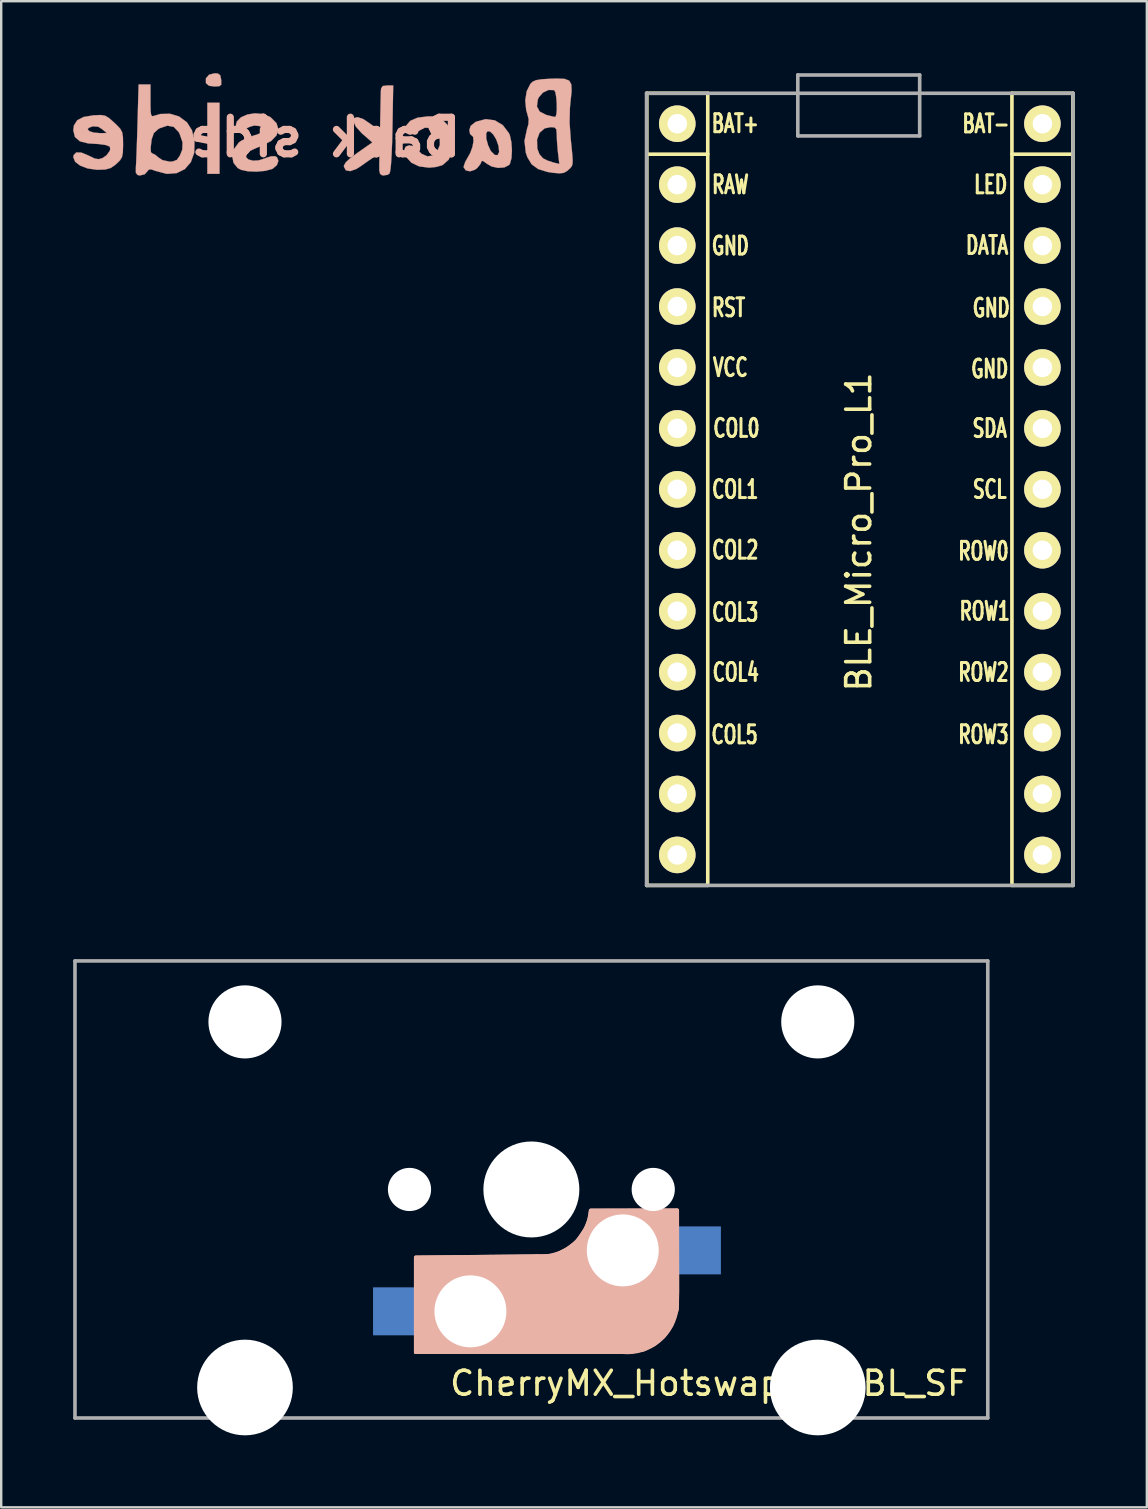
<source format=kicad_pcb>
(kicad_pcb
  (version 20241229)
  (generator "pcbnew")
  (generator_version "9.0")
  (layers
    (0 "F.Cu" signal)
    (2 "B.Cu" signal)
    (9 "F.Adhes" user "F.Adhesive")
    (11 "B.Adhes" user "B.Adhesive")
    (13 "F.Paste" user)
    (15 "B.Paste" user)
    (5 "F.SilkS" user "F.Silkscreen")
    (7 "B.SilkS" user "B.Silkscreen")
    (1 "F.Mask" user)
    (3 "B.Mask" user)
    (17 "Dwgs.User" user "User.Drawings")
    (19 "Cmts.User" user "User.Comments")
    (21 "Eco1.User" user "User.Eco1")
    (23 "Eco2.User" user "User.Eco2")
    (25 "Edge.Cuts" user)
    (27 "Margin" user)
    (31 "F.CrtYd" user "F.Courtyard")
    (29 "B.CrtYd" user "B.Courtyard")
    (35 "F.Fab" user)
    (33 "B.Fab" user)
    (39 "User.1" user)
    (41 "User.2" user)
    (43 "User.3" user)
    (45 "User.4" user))
  (footprint "BLE_Micro_Pro_L1"
    (layer "F.Cu")
    (at 32.746 19.125)
    (property "Reference" "BLE_Micro_Pro_L1" (at 0 0 270) (layer "F.SilkS") (effects (font (size 1 1) (thickness 0.15))))
    (attr through_hole)
    (fp_line (start -8.834 -18.288) (end -6.294 -18.288) (stroke (width 0.15) (type solid)) (layer "F.SilkS"))
    (fp_line (start -8.834 -15.748) (end -6.294 -15.748) (stroke (width 0.15) (type solid)) (layer "F.SilkS"))
    (fp_line (start -8.834 14.732) (end -8.834 -18.288) (stroke (width 0.15) (type solid)) (layer "F.SilkS"))
    (fp_line (start -6.294 -18.288) (end -6.294 14.732) (stroke (width 0.15) (type solid)) (layer "F.SilkS"))
    (fp_line (start -6.294 14.732) (end -8.834 14.732) (stroke (width 0.15) (type solid)) (layer "F.SilkS"))
    (fp_line (start 6.386 -18.288) (end 8.926 -18.288) (stroke (width 0.15) (type solid)) (layer "F.SilkS"))
    (fp_line (start 6.386 -15.748) (end 8.926 -15.748) (stroke (width 0.15) (type solid)) (layer "F.SilkS"))
    (fp_line (start 6.386 14.732) (end 6.386 -18.288) (stroke (width 0.15) (type solid)) (layer "F.SilkS"))
    (fp_line (start 8.926 -18.288) (end 8.926 14.732) (stroke (width 0.15) (type solid)) (layer "F.SilkS"))
    (fp_line (start 8.926 14.732) (end 6.386 14.732) (stroke (width 0.15) (type solid)) (layer "F.SilkS"))
    (fp_line (start -8.845 -18.288) (end 8.935 -18.288) (stroke (width 0.15) (type solid)) (layer "F.Fab"))
    (fp_line (start -8.845 14.732) (end -8.845 -18.288) (stroke (width 0.15) (type solid)) (layer "F.Fab"))
    (fp_line (start -2.54 -19.05) (end -2.54 -16.51) (stroke (width 0.15) (type solid)) (layer "F.Fab"))
    (fp_line (start -2.54 -16.51) (end 2.54 -16.51) (stroke (width 0.15) (type solid)) (layer "F.Fab"))
    (fp_line (start 2.54 -19.05) (end -2.54 -19.05) (stroke (width 0.15) (type solid)) (layer "F.Fab"))
    (fp_line (start 2.54 -16.51) (end 2.54 -19.05) (stroke (width 0.15) (type solid)) (layer "F.Fab"))
    (fp_line (start 8.935 -18.288) (end 8.935 14.732) (stroke (width 0.15) (type solid)) (layer "F.Fab"))
    (fp_line (start 8.935 14.732) (end -8.845 14.732) (stroke (width 0.15) (type solid)) (layer "F.Fab"))
    (fp_text user "SDA" (at 5.461 -4.318 0) (layer "F.SilkS") (effects (font (size 0.75 0.5) (thickness 0.125))))
    (fp_text user "COL2" (at -5.15 0.75 0) (layer "F.SilkS") (effects (font (size 0.75 0.5) (thickness 0.125))))
    (fp_text user "RST" (at -5.425 -9.35 0) (layer "F.SilkS") (effects (font (size 0.75 0.5) (thickness 0.125))))
    (fp_text user "GND" (at 5.524 -9.335 0) (layer "F.SilkS") (effects (font (size 0.75 0.5) (thickness 0.125))))
    (fp_text user "COL0" (at -5.1 -4.325 0) (layer "F.SilkS") (effects (font (size 0.75 0.5) (thickness 0.125))))
    (fp_text user "ROW1" (at 5.25 3.302 0) (layer "F.SilkS") (effects (font (size 0.75 0.5) (thickness 0.125))))
    (fp_text user "LED" (at 5.5 -14.478 0) (layer "F.SilkS") (effects (font (size 0.75 0.5) (thickness 0.125))))
    (fp_text user "" (at -0.5 -17.25 0) (layer "F.SilkS") (effects (font (size 1 1) (thickness 0.15))))
    (fp_text user "COL4" (at -5.125 5.85 0) (layer "F.SilkS") (effects (font (size 0.75 0.5) (thickness 0.125))))
    (fp_text user "SCL" (at 5.461 -1.778 0) (layer "F.SilkS") (effects (font (size 0.75 0.5) (thickness 0.125))))
    (fp_text user "ROW0" (at 5.2 0.8 0) (layer "F.SilkS") (effects (font (size 0.75 0.5) (thickness 0.125))))
    (fp_text user "DATA" (at 5.35 -11.95 0) (layer "F.SilkS") (effects (font (size 0.75 0.5) (thickness 0.125))))
    (fp_text user "GND" (at -5.35 -11.925 0) (layer "F.SilkS") (effects (font (size 0.75 0.5) (thickness 0.125))))
    (fp_text user "COL3" (at -5.15 3.35 0) (layer "F.SilkS") (effects (font (size 0.75 0.5) (thickness 0.125))))
    (fp_text user "COL1" (at -5.15 -1.775 0) (layer "F.SilkS") (effects (font (size 0.75 0.5) (thickness 0.125))))
    (fp_text user "ROW2" (at 5.2 5.85 0) (layer "F.SilkS") (effects (font (size 0.75 0.5) (thickness 0.125))))
    (fp_text user "ROW3" (at 5.2 8.445 0) (layer "F.SilkS") (effects (font (size 0.75 0.5) (thickness 0.125))))
    (fp_text user "RAW" (at -5.35 -14.478 0) (layer "F.SilkS") (effects (font (size 0.75 0.5) (thickness 0.125))))
    (fp_text user "BAT+" (at -5.15 -17.025 0) (layer "F.SilkS") (effects (font (size 0.75 0.5) (thickness 0.125))))
    (fp_text user "GND" (at 5.461 -6.795 0) (layer "F.SilkS") (effects (font (size 0.75 0.5) (thickness 0.125))))
    (fp_text user "VCC" (at -5.35 -6.858 0) (layer "F.SilkS") (effects (font (size 0.75 0.5) (thickness 0.125))))
    (fp_text user "BAT-" (at 5.3 -17.018 0) (layer "F.SilkS") (effects (font (size 0.75 0.5) (thickness 0.125))))
    (fp_text user "COL5" (at -5.175 8.45 0) (layer "F.SilkS") (effects (font (size 0.75 0.5) (thickness 0.125))))
    (fp_text user "" (at -1.206 -16.256 0) (layer "B.SilkS") (effects (font (size 1 1) (thickness 0.15)) (justify mirror)))
    (pad "1" thru_hole circle (at 7.656 -14.478) (size 1.524 1.524) (drill 0.813) (layers "*.Cu" "*.Mask" "F.SilkS"))
    (pad "2" thru_hole circle (at 7.656 -11.938) (size 1.524 1.524) (drill 0.813) (layers "*.Cu" "*.Mask" "F.SilkS"))
    (pad "3" thru_hole circle (at 7.656 -9.398) (size 1.524 1.524) (drill 0.813) (layers "*.Cu" "*.Mask" "F.SilkS"))
    (pad "4" thru_hole circle (at 7.656 -6.858) (size 1.524 1.524) (drill 0.813) (layers "*.Cu" "*.Mask" "F.SilkS"))
    (pad "5" thru_hole circle (at 7.656 -4.318) (size 1.524 1.524) (drill 0.813) (layers "*.Cu" "*.Mask" "F.SilkS"))
    (pad "6" thru_hole circle (at 7.656 -1.778) (size 1.524 1.524) (drill 0.813) (layers "*.Cu" "*.Mask" "F.SilkS"))
    (pad "7" thru_hole circle (at 7.656 0.762) (size 1.524 1.524) (drill 0.813) (layers "*.Cu" "*.Mask" "F.SilkS"))
    (pad "8" thru_hole circle (at 7.656 3.302) (size 1.524 1.524) (drill 0.813) (layers "*.Cu" "*.Mask" "F.SilkS"))
    (pad "9" thru_hole circle (at 7.656 5.842) (size 1.524 1.524) (drill 0.813) (layers "*.Cu" "*.Mask" "F.SilkS"))
    (pad "10" thru_hole circle (at 7.656 8.382) (size 1.524 1.524) (drill 0.813) (layers "*.Cu" "*.Mask" "F.SilkS"))
    (pad "11" thru_hole circle (at 7.656 10.922) (size 1.524 1.524) (drill 0.813) (layers "*.Cu" "*.Mask" "F.SilkS"))
    (pad "12" thru_hole circle (at 7.656 13.462) (size 1.524 1.524) (drill 0.813) (layers "*.Cu" "*.Mask" "F.SilkS"))
    (pad "13" thru_hole circle (at -7.564 13.462) (size 1.524 1.524) (drill 0.813) (layers "*.Cu" "*.Mask" "F.SilkS"))
    (pad "14" thru_hole circle (at -7.564 10.922) (size 1.524 1.524) (drill 0.813) (layers "*.Cu" "*.Mask" "F.SilkS"))
    (pad "15" thru_hole circle (at -7.564 8.382) (size 1.524 1.524) (drill 0.813) (layers "*.Cu" "*.Mask" "F.SilkS"))
    (pad "16" thru_hole circle (at -7.564 5.842) (size 1.524 1.524) (drill 0.813) (layers "*.Cu" "*.Mask" "F.SilkS"))
    (pad "17" thru_hole circle (at -7.564 3.302) (size 1.524 1.524) (drill 0.813) (layers "*.Cu" "*.Mask" "F.SilkS"))
    (pad "18" thru_hole circle (at -7.564 0.762) (size 1.524 1.524) (drill 0.813) (layers "*.Cu" "*.Mask" "F.SilkS"))
    (pad "19" thru_hole circle (at -7.564 -1.778) (size 1.524 1.524) (drill 0.813) (layers "*.Cu" "*.Mask" "F.SilkS"))
    (pad "20" thru_hole circle (at -7.564 -4.318) (size 1.524 1.524) (drill 0.813) (layers "*.Cu" "*.Mask" "F.SilkS"))
    (pad "21" thru_hole circle (at -7.564 -6.858) (size 1.524 1.524) (drill 0.813) (layers "*.Cu" "*.Mask" "F.SilkS"))
    (pad "22" thru_hole circle (at -7.564 -9.398) (size 1.524 1.524) (drill 0.813) (layers "*.Cu" "*.Mask" "F.SilkS"))
    (pad "23" thru_hole circle (at -7.564 -11.938) (size 1.524 1.524) (drill 0.813) (layers "*.Cu" "*.Mask" "F.SilkS"))
    (pad "24" thru_hole circle (at -7.564 -14.478) (size 1.524 1.524) (drill 0.813) (layers "*.Cu" "*.Mask" "F.SilkS"))
    (pad "25" thru_hole circle (at -7.564 -17.018) (size 1.524 1.524) (drill 0.813) (layers "*.Cu" "*.Mask" "F.SilkS"))
    (pad "26" thru_hole circle (at 7.656 -17.018) (size 1.524 1.524) (drill 0.813) (layers "*.Cu" "*.Mask" "F.SilkS")))
  (footprint "CherryMX_Hotswap_2u_BL_SF"
    (layer "F.Cu")
    (at 19.1 46.532)
    (property "Reference" "CherryMX_Hotswap_2u_BL_SF" (at 7.402 8.08 0) (layer "F.SilkS") (effects (font (size 1 1) (thickness 0.15))))
    (attr through_hole)
    (fp_line (start -4.82 2.83) (end 0.23 2.784) (stroke (width 0.15) (type solid)) (layer "B.SilkS"))
    (fp_line (start -4.82 2.876) (end -4.82 6.784) (stroke (width 0.15) (type solid)) (layer "B.SilkS"))
    (fp_line (start -4.82 6.784) (end 3.805 6.784) (stroke (width 0.15) (type solid)) (layer "B.SilkS"))
    (fp_line (start 6.08 0.876) (end 2.47 0.876) (stroke (width 0.15) (type solid)) (layer "B.SilkS"))
    (fp_line (start 6.08 4.83) (end 6.08 0.885) (stroke (width 0.15) (type solid)) (layer "B.SilkS"))
    (fp_arc (start 2.465 0.9) (mid 1.724361 2.308061) (end 0.205 2.78) (stroke (width 0.15) (type solid)) (layer "B.SilkS"))
    (fp_arc (start 6.069 4.9) (mid 5.327189 6.31089) (end 3.805 6.784) (stroke (width 0.15) (type solid)) (layer "B.SilkS"))
    (fp_poly (pts (xy 6.08 0.86) (xy 2.48 0.87) (xy 2.42 1.27) (xy 2.27 1.62) (xy 1.89 2.19) (xy 1.48 2.49) (xy 1.12 2.68) (xy 0.78 2.77) (xy -4.82 2.83) (xy -4.82 6.78) (xy 4 6.78) (xy 4.68 6.68) (xy 5.13 6.45) (xy 5.52 6.12) (xy 5.84 5.65) (xy 6.07 5.01) (xy 6.09 4.22)) (stroke (width 0.15) (type solid)) (fill yes) (layer "B.SilkS"))
    (fp_line (start -18 -9) (end 18 -9) (stroke (width 0.15) (type solid)) (layer "Eco2.User"))
    (fp_line (start -18 9) (end -18 -9) (stroke (width 0.15) (type solid)) (layer "Eco2.User"))
    (fp_line (start -7.02 -7.02) (end 6.98 -7.02) (stroke (width 0.15) (type solid)) (layer "Eco2.User"))
    (fp_line (start -7.02 6.98) (end -7.02 -7.02) (stroke (width 0.15) (type solid)) (layer "Eco2.User"))
    (fp_line (start 6.98 -7.02) (end 6.98 6.98) (stroke (width 0.15) (type solid)) (layer "Eco2.User"))
    (fp_line (start 6.98 6.98) (end -7.02 6.98) (stroke (width 0.15) (type solid)) (layer "Eco2.User"))
    (fp_line (start 18 -9) (end 18 9) (stroke (width 0.15) (type solid)) (layer "Eco2.User"))
    (fp_line (start 18 9) (end -18 9) (stroke (width 0.15) (type solid)) (layer "Eco2.User"))
    (fp_line (start -19.025 -9.525) (end -19.025 9.525) (stroke (width 0.15) (type solid)) (layer "F.Fab"))
    (fp_line (start -19.025 9.525) (end 19.025 9.525) (stroke (width 0.15) (type solid)) (layer "F.Fab"))
    (fp_line (start 19.025 -9.525) (end -19.025 -9.525) (stroke (width 0.15) (type solid)) (layer "F.Fab"))
    (fp_line (start 19.025 9.525) (end 19.025 -9.525) (stroke (width 0.15) (type solid)) (layer "F.Fab"))
    (pad "" np_thru_hole circle (at -11.938 -6.985 180) (size 3.048 3.048) (drill 3.048) (layers "*.Cu" "*.Mask"))
    (pad "" np_thru_hole circle (at -11.938 8.255 180) (size 3.988 3.988) (drill 3.988) (layers "*.Cu" "*.Mask"))
    (pad "" np_thru_hole circle (at -5.08 0 180) (size 1.8 1.8) (drill 1.8) (layers "*.Cu" "*.Mask"))
    (pad "" np_thru_hole circle (at -2.54 5.08) (size 3 3) (drill 3) (layers "*.Cu" "*.Mask"))
    (pad "" np_thru_hole circle (at 0 0 270) (size 4 4) (drill 4) (layers "*.Cu" "*.Mask"))
    (pad "" np_thru_hole circle (at 3.81 2.54) (size 3 3) (drill 3) (layers "*.Cu" "*.Mask"))
    (pad "" np_thru_hole circle (at 5.08 0 180) (size 1.8 1.8) (drill 1.8) (layers "*.Cu" "*.Mask"))
    (pad "" np_thru_hole circle (at 11.938 -6.985 180) (size 3.048 3.048) (drill 3.048) (layers "*.Cu" "*.Mask"))
    (pad "" np_thru_hole circle (at 11.938 8.255 180) (size 3.988 3.988) (drill 3.988) (layers "*.Cu" "*.Mask"))
    (pad "1" smd rect (at 6.9 2.54) (size 2 2) (layers "B.Cu" "B.Mask" "B.Paste"))
    (pad "2" smd rect (at -5.6 5.08) (size 2 2) (layers "B.Cu" "B.Mask" "B.Paste")))
  (footprint "Back side"
    (layer "F.Cu")
    (at 10.504 2.672)
    (property "Reference" "Back side" (at 0 0 180) (layer "B.SilkS") (effects (font (size 1.524 1.524) (thickness 0.3)) (justify mirror)))
    (attr through_hole)
    (fp_poly (pts (xy -4.911 1.524) (xy -4.403 1.524) (xy -4.403 -1.439) (xy -4.911 -1.439) (xy -4.911 1.524)) (stroke (width 0.01) (type solid)) (fill yes) (layer "B.SilkS"))
    (fp_poly (pts (xy -4.837 -2.609) (xy -4.97 -2.459) (xy -4.971 -2.26) (xy -4.969 -2.255) (xy -4.839 -2.146) (xy -4.612 -2.117) (xy -4.411 -2.128) (xy -4.333 -2.191) (xy -4.33 -2.354) (xy -4.334 -2.392) (xy -4.372 -2.583) (xy -4.471 -2.657) (xy -4.605 -2.667) (xy -4.837 -2.609)) (stroke (width 0.01) (type solid)) (fill yes) (layer "B.SilkS"))
    (fp_poly (pts (xy 4.272 -0.87) (xy 3.853 -0.817) (xy 3.549 -0.686) (xy 3.377 -0.488) (xy 3.344 -0.331) (xy 3.4 -0.155) (xy 3.549 -0.103) (xy 3.762 -0.178) (xy 3.864 -0.248) (xy 4.156 -0.398) (xy 4.423 -0.387) (xy 4.641 -0.222) (xy 4.776 0.052) (xy 4.782 0.319) (xy 4.674 0.583) (xy 4.491 0.76) (xy 4.262 0.795) (xy 4.018 0.689) (xy 3.826 0.495) (xy 3.673 0.37) (xy 3.495 0.336) (xy 3.352 0.392) (xy 3.302 0.514) (xy 3.379 0.821) (xy 3.594 1.06) (xy 3.922 1.215) (xy 4.335 1.267) (xy 4.616 1.239) (xy 4.858 1.173) (xy 4.901 1.152) (xy 5.146 0.938) (xy 5.286 0.615) (xy 5.331 0.189) (xy 5.318 -0.1) (xy 5.252 -0.305) (xy 5.103 -0.508) (xy 5.047 -0.569) (xy 4.871 -0.747) (xy 4.72 -0.839) (xy 4.525 -0.871) (xy 4.272 -0.87)) (stroke (width 0.01) (type solid)) (fill yes) (layer "B.SilkS"))
    (fp_poly (pts (xy 2.401 -2.137) (xy 2.332 -2.036) (xy 2.321 -1.905) (xy 2.316 -1.7) (xy 2.309 -1.387) (xy 2.302 -1.024) (xy 2.3 -0.942) (xy 2.286 -0.234) (xy 1.912 -0.54) (xy 1.59 -0.758) (xy 1.35 -0.839) (xy 1.206 -0.802) (xy 1.175 -0.667) (xy 1.272 -0.454) (xy 1.513 -0.181) (xy 1.575 -0.125) (xy 1.966 0.215) (xy 1.363 0.637) (xy 1.046 0.872) (xy 0.859 1.046) (xy 0.784 1.178) (xy 0.782 1.228) (xy 0.865 1.379) (xy 1.044 1.411) (xy 1.296 1.323) (xy 1.485 1.204) (xy 1.739 1.024) (xy 1.977 0.861) (xy 2.044 0.816) (xy 2.268 0.67) (xy 2.256 1.118) (xy 2.257 1.383) (xy 2.288 1.522) (xy 2.365 1.58) (xy 2.42 1.592) (xy 2.604 1.565) (xy 2.685 1.507) (xy 2.716 1.386) (xy 2.745 1.116) (xy 2.77 0.717) (xy 2.791 0.208) (xy 2.805 -0.381) (xy 2.836 -2.159) (xy 2.582 -2.159) (xy 2.401 -2.137)) (stroke (width 0.01) (type solid)) (fill yes) (layer "B.SilkS"))
    (fp_poly (pts (xy -3.241 -0.949) (xy -3.507 -0.833) (xy -3.68 -0.659) (xy -3.725 -0.495) (xy -3.657 -0.378) (xy -3.488 -0.336) (xy -3.271 -0.374) (xy -3.144 -0.436) (xy -2.962 -0.489) (xy -2.756 -0.471) (xy -2.594 -0.398) (xy -2.54 -0.303) (xy -2.618 -0.21) (xy -2.83 -0.116) (xy -2.97 -0.075) (xy -3.263 0.026) (xy -3.516 0.158) (xy -3.602 0.222) (xy -3.801 0.492) (xy -3.873 0.787) (xy -3.822 1.063) (xy -3.65 1.279) (xy -3.509 1.356) (xy -3.216 1.419) (xy -2.853 1.432) (xy -2.493 1.399) (xy -2.212 1.322) (xy -2.18 1.306) (xy -2.01 1.157) (xy -1.949 0.983) (xy -2.007 0.836) (xy -2.082 0.79) (xy -2.241 0.791) (xy -2.465 0.858) (xy -2.517 0.881) (xy -2.776 0.964) (xy -3.013 0.975) (xy -3.198 0.926) (xy -3.296 0.83) (xy -3.277 0.7) (xy -3.195 0.609) (xy -3.061 0.533) (xy -2.825 0.427) (xy -2.616 0.344) (xy -2.251 0.154) (xy -2.027 -0.079) (xy -1.951 -0.333) (xy -2.028 -0.587) (xy -2.262 -0.823) (xy -2.309 -0.854) (xy -2.601 -0.971) (xy -2.926 -0.999) (xy -3.241 -0.949)) (stroke (width 0.01) (type solid)) (fill yes) (layer "B.SilkS"))
    (fp_poly (pts (xy 6.298 -0.651) (xy 6.261 -0.633) (xy 6.063 -0.474) (xy 6.011 -0.294) (xy 6.041 -0.136) (xy 6.096 -0.085) (xy 6.17 -0.015) (xy 6.183 0.162) (xy 6.141 0.398) (xy 6.052 0.646) (xy 5.965 0.803) (xy 5.839 1.025) (xy 5.776 1.21) (xy 5.775 1.259) (xy 5.869 1.386) (xy 6.046 1.418) (xy 6.247 1.351) (xy 6.345 1.275) (xy 6.472 1.117) (xy 6.519 1.001) (xy 6.571 0.983) (xy 6.696 1.068) (xy 6.715 1.086) (xy 6.94 1.219) (xy 7.212 1.276) (xy 7.473 1.256) (xy 7.663 1.158) (xy 7.702 1.106) (xy 7.767 0.871) (xy 7.782 0.615) (xy 7.252 0.615) (xy 7.189 0.744) (xy 7.067 0.736) (xy 6.909 0.576) (xy 6.898 0.559) (xy 6.792 0.332) (xy 6.718 0.061) (xy 6.716 0.051) (xy 6.712 -0.166) (xy 6.775 -0.256) (xy 6.882 -0.233) (xy 7.01 -0.112) (xy 7.133 0.094) (xy 7.228 0.364) (xy 7.252 0.615) (xy 7.782 0.615) (xy 7.786 0.545) (xy 7.762 0.2) (xy 7.696 -0.091) (xy 7.664 -0.166) (xy 7.407 -0.504) (xy 7.074 -0.705) (xy 6.695 -0.757) (xy 6.298 -0.651)) (stroke (width 0.01) (type solid)) (fill yes) (layer "B.SilkS"))
    (fp_poly (pts (xy -7.821 -0.614) (xy -7.836 -0.091) (xy -7.852 0.393) (xy -7.868 0.804) (xy -7.881 1.11) (xy -7.891 1.27) (xy -7.891 1.475) (xy -7.827 1.567) (xy -7.73 1.593) (xy -7.527 1.545) (xy -7.441 1.455) (xy -7.356 1.351) (xy -7.248 1.339) (xy -7.058 1.407) (xy -6.599 1.526) (xy -6.189 1.494) (xy -5.849 1.326) (xy -5.599 1.038) (xy -5.458 0.644) (xy -5.447 0.21) (xy -5.945 0.21) (xy -5.956 0.515) (xy -6.056 0.766) (xy -6.184 0.945) (xy -6.363 1.011) (xy -6.479 1.016) (xy -6.778 0.955) (xy -6.943 0.847) (xy -7.094 0.722) (xy -7.197 0.677) (xy -7.262 0.626) (xy -7.276 0.458) (xy -7.241 0.152) (xy -7.229 0.078) (xy -7.143 -0.173) (xy -6.953 -0.345) (xy -6.897 -0.377) (xy -6.577 -0.484) (xy -6.314 -0.433) (xy -6.11 -0.222) (xy -6.064 -0.136) (xy -5.945 0.21) (xy -5.447 0.21) (xy -5.446 0.161) (xy -5.447 0.151) (xy -5.553 -0.294) (xy -5.761 -0.623) (xy -6.093 -0.867) (xy -6.102 -0.871) (xy -6.469 -0.98) (xy -6.875 -0.97) (xy -7.133 -0.894) (xy -7.206 -0.877) (xy -7.251 -0.925) (xy -7.273 -1.068) (xy -7.281 -1.337) (xy -7.281 -1.515) (xy -7.281 -2.201) (xy -7.776 -2.201) (xy -7.821 -0.614)) (stroke (width 0.01) (type solid)) (fill yes) (layer "B.SilkS"))
    (fp_poly (pts (xy -9.634 -0.916) (xy -9.656 -0.915) (xy -10.068 -0.847) (xy -10.335 -0.71) (xy -10.473 -0.491) (xy -10.499 -0.288) (xy -10.43 -0.012) (xy -10.224 0.168) (xy -9.878 0.256) (xy -9.739 0.264) (xy -9.447 0.282) (xy -9.19 0.316) (xy -9.133 0.328) (xy -8.979 0.388) (xy -8.959 0.496) (xy -8.983 0.572) (xy -9.112 0.75) (xy -9.274 0.864) (xy -9.435 0.913) (xy -9.597 0.89) (xy -9.826 0.782) (xy -9.858 0.765) (xy -10.161 0.638) (xy -10.375 0.632) (xy -10.486 0.745) (xy -10.499 0.837) (xy -10.42 1.023) (xy -10.209 1.183) (xy -9.901 1.299) (xy -9.532 1.353) (xy -9.453 1.355) (xy -9.15 1.34) (xy -8.941 1.281) (xy -8.753 1.153) (xy -8.701 1.108) (xy -8.552 0.962) (xy -8.469 0.824) (xy -8.433 0.637) (xy -8.424 0.344) (xy -8.424 0.297) (xy -8.429 -0.008) (xy -8.456 -0.175) (xy -9.102 -0.175) (xy -9.398 -0.173) (xy -9.636 -0.194) (xy -9.811 -0.246) (xy -9.819 -0.251) (xy -9.904 -0.331) (xy -9.851 -0.396) (xy -9.685 -0.457) (xy -9.459 -0.44) (xy -9.304 -0.343) (xy -9.102 -0.175) (xy -8.456 -0.175) (xy -8.461 -0.206) (xy -8.544 -0.359) (xy -8.704 -0.527) (xy -8.791 -0.608) (xy -9.006 -0.8) (xy -9.171 -0.898) (xy -9.356 -0.928) (xy -9.634 -0.916)) (stroke (width 0.01) (type solid)) (fill yes) (layer "B.SilkS"))
    (fp_poly (pts (xy 9.369 -2.439) (xy 9.017 -2.417) (xy 8.791 -2.38) (xy 8.649 -2.317) (xy 8.555 -2.226) (xy 8.401 -1.92) (xy 8.34 -1.534) (xy 8.38 -1.134) (xy 8.414 -1.019) (xy 8.483 -0.758) (xy 8.473 -0.543) (xy 8.418 -0.36) (xy 8.309 0.149) (xy 8.362 0.635) (xy 8.427 0.828) (xy 8.604 1.123) (xy 8.875 1.323) (xy 9.267 1.446) (xy 9.483 1.48) (xy 9.768 1.504) (xy 9.948 1.483) (xy 10.085 1.405) (xy 10.139 1.358) (xy 10.225 1.277) (xy 10.282 1.203) (xy 10.31 1.11) (xy 9.761 1.11) (xy 9.516 1.053) (xy 9.264 0.969) (xy 9.084 0.88) (xy 8.934 0.71) (xy 8.844 0.474) (xy 8.831 0.1) (xy 8.938 -0.189) (xy 9.15 -0.371) (xy 9.404 -0.423) (xy 9.567 -0.408) (xy 9.637 -0.328) (xy 9.653 -0.135) (xy 9.653 -0.106) (xy 9.664 0.172) (xy 9.691 0.511) (xy 9.707 0.661) (xy 9.761 1.11) (xy 10.31 1.11) (xy 10.312 1.105) (xy 10.317 0.952) (xy 10.301 0.711) (xy 10.265 0.351) (xy 10.237 0.082) (xy 10.188 -0.61) (xy 10.201 -1.163) (xy 9.655 -1.163) (xy 9.638 -0.955) (xy 9.6 -0.851) (xy 9.588 -0.847) (xy 9.472 -0.868) (xy 9.264 -0.92) (xy 9.208 -0.936) (xy 8.943 -1.071) (xy 8.827 -1.285) (xy 8.864 -1.568) (xy 8.904 -1.662) (xy 9.074 -1.861) (xy 9.314 -1.973) (xy 9.546 -1.966) (xy 9.596 -1.875) (xy 9.632 -1.675) (xy 9.652 -1.42) (xy 9.655 -1.163) (xy 10.201 -1.163) (xy 10.202 -1.223) (xy 10.232 -1.527) (xy 10.274 -1.933) (xy 10.262 -2.203) (xy 10.172 -2.361) (xy 9.98 -2.434) (xy 9.66 -2.449) (xy 9.369 -2.439)) (stroke (width 0.01) (type solid)) (fill yes) (layer "B.SilkS")))
  (gr_rect
    (start -3 -3)
    (end 44.756 59.781)
    (stroke (width 0.1) (type default))
    (fill no)
    (layer "Edge.Cuts")))
</source>
